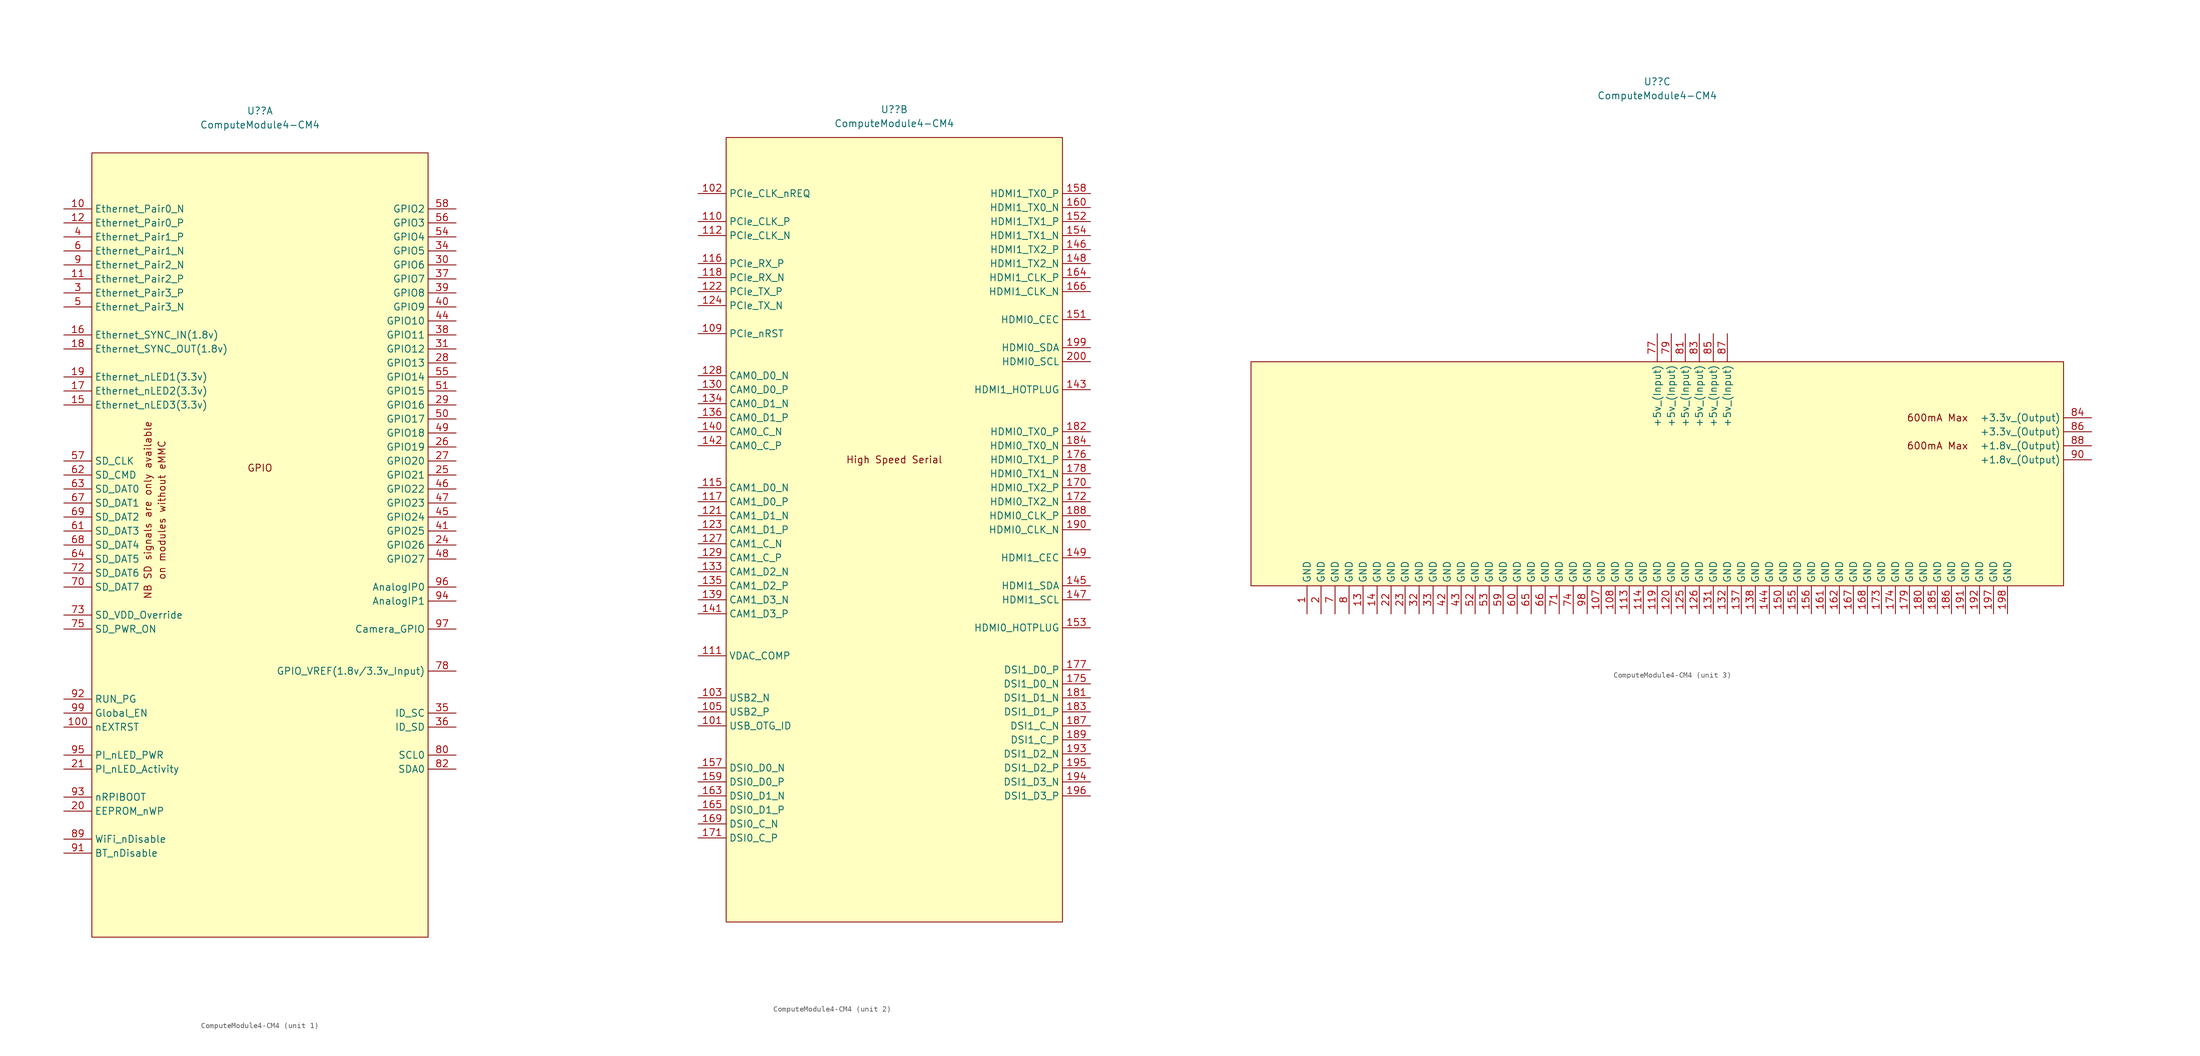
<source format=kicad_sym>
(kicad_symbol_lib
  (version 20201005)
  (generator kicad_symbol_editor)
  (symbol "RPi_CM4IO:ComputeModule4-CM4"
    (property "Reference" "U?"
      (at 0 71.12 0)
      (effects (font (size 1.27 1.27))))
    (property "Value" "ComputeModule4-CM4"
      (at 0 68.58 0)
      (effects (font (size 1.27 1.27))))
    (property "ki_locked" ""
      (at 0 0 0)
      (effects (font (size 1.27 1.27))))
    (symbol "ComputeModule4-CM4_1_0"
      (text "GPIO" (at 0 6.35 0) (effects (font (size 1.27 1.27)))))
    (symbol "ComputeModule4-CM4_1_1"
      (text "NB SD signals are only available" (at -20.32 -1.27 900) (effects (font (size 1.27 1.27))))
      (text "on modules without eMMC" (at -17.78 -1.27 900) (effects (font (size 1.27 1.27))))
      (rectangle (start -30.48 63.5) (end 30.48 -78.74) (stroke (width 0)) (fill (type background)))
      (pin passive line (at -35.56 53.34 0) (length 5.08) (name "Ethernet_Pair0_N" (effects (font (size 1.27 1.27)))) (number "10" (effects (font (size 1.27 1.27)))))
      (pin output line (at -35.56 -40.64 0) (length 5.08) (name "nEXTRST" (effects (font (size 1.27 1.27)))) (number "100" (effects (font (size 1.27 1.27)))))
      (pin passive line (at -35.56 40.64 0) (length 5.08) (name "Ethernet_Pair2_P" (effects (font (size 1.27 1.27)))) (number "11" (effects (font (size 1.27 1.27)))))
      (pin passive line (at -35.56 50.8 0) (length 5.08) (name "Ethernet_Pair0_P" (effects (font (size 1.27 1.27)))) (number "12" (effects (font (size 1.27 1.27)))))
      (pin output line (at -35.56 17.78 0) (length 5.08) (name "Ethernet_nLED3(3.3v)" (effects (font (size 1.27 1.27)))) (number "15" (effects (font (size 1.27 1.27)))))
      (pin input line (at -35.56 30.48 0) (length 5.08) (name "Ethernet_SYNC_IN(1.8v)" (effects (font (size 1.27 1.27)))) (number "16" (effects (font (size 1.27 1.27)))))
      (pin output line (at -35.56 20.32 0) (length 5.08) (name "Ethernet_nLED2(3.3v)" (effects (font (size 1.27 1.27)))) (number "17" (effects (font (size 1.27 1.27)))))
      (pin input line (at -35.56 27.94 0) (length 5.08) (name "Ethernet_SYNC_OUT(1.8v)" (effects (font (size 1.27 1.27)))) (number "18" (effects (font (size 1.27 1.27)))))
      (pin output line (at -35.56 22.86 0) (length 5.08) (name "Ethernet_nLED1(3.3v)" (effects (font (size 1.27 1.27)))) (number "19" (effects (font (size 1.27 1.27)))))
      (pin passive line (at -35.56 -55.88 0) (length 5.08) (name "EEPROM_nWP" (effects (font (size 1.27 1.27)))) (number "20" (effects (font (size 1.27 1.27)))))
      (pin open_collector line (at -35.56 -48.26 0) (length 5.08) (name "PI_nLED_Activity" (effects (font (size 1.27 1.27)))) (number "21" (effects (font (size 1.27 1.27)))))
      (pin passive line (at 35.56 -7.62 180) (length 5.08) (name "GPIO26" (effects (font (size 1.27 1.27)))) (number "24" (effects (font (size 1.27 1.27)))))
      (pin passive line (at 35.56 5.08 180) (length 5.08) (name "GPIO21" (effects (font (size 1.27 1.27)))) (number "25" (effects (font (size 1.27 1.27)))))
      (pin passive line (at 35.56 10.16 180) (length 5.08) (name "GPIO19" (effects (font (size 1.27 1.27)))) (number "26" (effects (font (size 1.27 1.27)))))
      (pin passive line (at 35.56 7.62 180) (length 5.08) (name "GPIO20" (effects (font (size 1.27 1.27)))) (number "27" (effects (font (size 1.27 1.27)))))
      (pin passive line (at 35.56 25.4 180) (length 5.08) (name "GPIO13" (effects (font (size 1.27 1.27)))) (number "28" (effects (font (size 1.27 1.27)))))
      (pin passive line (at 35.56 17.78 180) (length 5.08) (name "GPIO16" (effects (font (size 1.27 1.27)))) (number "29" (effects (font (size 1.27 1.27)))))
      (pin passive line (at -35.56 38.1 0) (length 5.08) (name "Ethernet_Pair3_P" (effects (font (size 1.27 1.27)))) (number "3" (effects (font (size 1.27 1.27)))))
      (pin passive line (at 35.56 43.18 180) (length 5.08) (name "GPIO6" (effects (font (size 1.27 1.27)))) (number "30" (effects (font (size 1.27 1.27)))))
      (pin passive line (at 35.56 27.94 180) (length 5.08) (name "GPIO12" (effects (font (size 1.27 1.27)))) (number "31" (effects (font (size 1.27 1.27)))))
      (pin passive line (at 35.56 45.72 180) (length 5.08) (name "GPIO5" (effects (font (size 1.27 1.27)))) (number "34" (effects (font (size 1.27 1.27)))))
      (pin passive line (at 35.56 -38.1 180) (length 5.08) (name "ID_SC" (effects (font (size 1.27 1.27)))) (number "35" (effects (font (size 1.27 1.27)))))
      (pin passive line (at 35.56 -40.64 180) (length 5.08) (name "ID_SD" (effects (font (size 1.27 1.27)))) (number "36" (effects (font (size 1.27 1.27)))))
      (pin passive line (at 35.56 40.64 180) (length 5.08) (name "GPIO7" (effects (font (size 1.27 1.27)))) (number "37" (effects (font (size 1.27 1.27)))))
      (pin passive line (at 35.56 30.48 180) (length 5.08) (name "GPIO11" (effects (font (size 1.27 1.27)))) (number "38" (effects (font (size 1.27 1.27)))))
      (pin passive line (at 35.56 38.1 180) (length 5.08) (name "GPIO8" (effects (font (size 1.27 1.27)))) (number "39" (effects (font (size 1.27 1.27)))))
      (pin passive line (at -35.56 48.26 0) (length 5.08) (name "Ethernet_Pair1_P" (effects (font (size 1.27 1.27)))) (number "4" (effects (font (size 1.27 1.27)))))
      (pin passive line (at 35.56 35.56 180) (length 5.08) (name "GPIO9" (effects (font (size 1.27 1.27)))) (number "40" (effects (font (size 1.27 1.27)))))
      (pin passive line (at 35.56 -5.08 180) (length 5.08) (name "GPIO25" (effects (font (size 1.27 1.27)))) (number "41" (effects (font (size 1.27 1.27)))))
      (pin passive line (at 35.56 33.02 180) (length 5.08) (name "GPIO10" (effects (font (size 1.27 1.27)))) (number "44" (effects (font (size 1.27 1.27)))))
      (pin passive line (at 35.56 -2.54 180) (length 5.08) (name "GPIO24" (effects (font (size 1.27 1.27)))) (number "45" (effects (font (size 1.27 1.27)))))
      (pin passive line (at 35.56 2.54 180) (length 5.08) (name "GPIO22" (effects (font (size 1.27 1.27)))) (number "46" (effects (font (size 1.27 1.27)))))
      (pin passive line (at 35.56 0 180) (length 5.08) (name "GPIO23" (effects (font (size 1.27 1.27)))) (number "47" (effects (font (size 1.27 1.27)))))
      (pin passive line (at 35.56 -10.16 180) (length 5.08) (name "GPIO27" (effects (font (size 1.27 1.27)))) (number "48" (effects (font (size 1.27 1.27)))))
      (pin passive line (at 35.56 12.7 180) (length 5.08) (name "GPIO18" (effects (font (size 1.27 1.27)))) (number "49" (effects (font (size 1.27 1.27)))))
      (pin passive line (at -35.56 35.56 0) (length 5.08) (name "Ethernet_Pair3_N" (effects (font (size 1.27 1.27)))) (number "5" (effects (font (size 1.27 1.27)))))
      (pin passive line (at 35.56 15.24 180) (length 5.08) (name "GPIO17" (effects (font (size 1.27 1.27)))) (number "50" (effects (font (size 1.27 1.27)))))
      (pin passive line (at 35.56 20.32 180) (length 5.08) (name "GPIO15" (effects (font (size 1.27 1.27)))) (number "51" (effects (font (size 1.27 1.27)))))
      (pin passive line (at 35.56 48.26 180) (length 5.08) (name "GPIO4" (effects (font (size 1.27 1.27)))) (number "54" (effects (font (size 1.27 1.27)))))
      (pin passive line (at 35.56 22.86 180) (length 5.08) (name "GPIO14" (effects (font (size 1.27 1.27)))) (number "55" (effects (font (size 1.27 1.27)))))
      (pin passive line (at 35.56 50.8 180) (length 5.08) (name "GPIO3" (effects (font (size 1.27 1.27)))) (number "56" (effects (font (size 1.27 1.27)))))
      (pin passive line (at -35.56 7.62 0) (length 5.08) (name "SD_CLK" (effects (font (size 1.27 1.27)))) (number "57" (effects (font (size 1.27 1.27)))))
      (pin passive line (at 35.56 53.34 180) (length 5.08) (name "GPIO2" (effects (font (size 1.27 1.27)))) (number "58" (effects (font (size 1.27 1.27)))))
      (pin passive line (at -35.56 45.72 0) (length 5.08) (name "Ethernet_Pair1_N" (effects (font (size 1.27 1.27)))) (number "6" (effects (font (size 1.27 1.27)))))
      (pin passive line (at -35.56 -5.08 0) (length 5.08) (name "SD_DAT3" (effects (font (size 1.27 1.27)))) (number "61" (effects (font (size 1.27 1.27)))))
      (pin passive line (at -35.56 5.08 0) (length 5.08) (name "SD_CMD" (effects (font (size 1.27 1.27)))) (number "62" (effects (font (size 1.27 1.27)))))
      (pin passive line (at -35.56 2.54 0) (length 5.08) (name "SD_DAT0" (effects (font (size 1.27 1.27)))) (number "63" (effects (font (size 1.27 1.27)))))
      (pin passive line (at -35.56 -10.16 0) (length 5.08) (name "SD_DAT5" (effects (font (size 1.27 1.27)))) (number "64" (effects (font (size 1.27 1.27)))))
      (pin passive line (at -35.56 0 0) (length 5.08) (name "SD_DAT1" (effects (font (size 1.27 1.27)))) (number "67" (effects (font (size 1.27 1.27)))))
      (pin passive line (at -35.56 -7.62 0) (length 5.08) (name "SD_DAT4" (effects (font (size 1.27 1.27)))) (number "68" (effects (font (size 1.27 1.27)))))
      (pin passive line (at -35.56 -2.54 0) (length 5.08) (name "SD_DAT2" (effects (font (size 1.27 1.27)))) (number "69" (effects (font (size 1.27 1.27)))))
      (pin passive line (at -35.56 -15.24 0) (length 5.08) (name "SD_DAT7" (effects (font (size 1.27 1.27)))) (number "70" (effects (font (size 1.27 1.27)))))
      (pin passive line (at -35.56 -12.7 0) (length 5.08) (name "SD_DAT6" (effects (font (size 1.27 1.27)))) (number "72" (effects (font (size 1.27 1.27)))))
      (pin input line (at -35.56 -20.32 0) (length 5.08) (name "SD_VDD_Override" (effects (font (size 1.27 1.27)))) (number "73" (effects (font (size 1.27 1.27)))))
      (pin output line (at -35.56 -22.86 0) (length 5.08) (name "SD_PWR_ON" (effects (font (size 1.27 1.27)))) (number "75" (effects (font (size 1.27 1.27)))))
      (pin no_connect line (at 30.48 -72.39 180) (length 5.08) hide (name "Reserved" (effects (font (size 1.27 1.27)))) (number "76" (effects (font (size 1.27 1.27)))))
      (pin power_in line (at 35.56 -30.48 180) (length 5.08) (name "GPIO_VREF(1.8v/3.3v_Input)" (effects (font (size 1.27 1.27)))) (number "78" (effects (font (size 1.27 1.27)))))
      (pin passive line (at 35.56 -45.72 180) (length 5.08) (name "SCL0" (effects (font (size 1.27 1.27)))) (number "80" (effects (font (size 1.27 1.27)))))
      (pin passive line (at 35.56 -48.26 180) (length 5.08) (name "SDA0" (effects (font (size 1.27 1.27)))) (number "82" (effects (font (size 1.27 1.27)))))
      (pin input line (at -35.56 -60.96 0) (length 5.08) (name "WiFi_nDisable" (effects (font (size 1.27 1.27)))) (number "89" (effects (font (size 1.27 1.27)))))
      (pin passive line (at -35.56 43.18 0) (length 5.08) (name "Ethernet_Pair2_N" (effects (font (size 1.27 1.27)))) (number "9" (effects (font (size 1.27 1.27)))))
      (pin input line (at -35.56 -63.5 0) (length 5.08) (name "BT_nDisable" (effects (font (size 1.27 1.27)))) (number "91" (effects (font (size 1.27 1.27)))))
      (pin passive line (at -35.56 -35.56 0) (length 5.08) (name "RUN_PG" (effects (font (size 1.27 1.27)))) (number "92" (effects (font (size 1.27 1.27)))))
      (pin input line (at -35.56 -53.34 0) (length 5.08) (name "nRPIBOOT" (effects (font (size 1.27 1.27)))) (number "93" (effects (font (size 1.27 1.27)))))
      (pin passive line (at 35.56 -17.78 180) (length 5.08) (name "AnalogIP1" (effects (font (size 1.27 1.27)))) (number "94" (effects (font (size 1.27 1.27)))))
      (pin output line (at -35.56 -45.72 0) (length 5.08) (name "PI_nLED_PWR" (effects (font (size 1.27 1.27)))) (number "95" (effects (font (size 1.27 1.27)))))
      (pin passive line (at 35.56 -15.24 180) (length 5.08) (name "AnalogIP0" (effects (font (size 1.27 1.27)))) (number "96" (effects (font (size 1.27 1.27)))))
      (pin passive line (at 35.56 -22.86 180) (length 5.08) (name "Camera_GPIO" (effects (font (size 1.27 1.27)))) (number "97" (effects (font (size 1.27 1.27)))))
      (pin input line (at -35.56 -38.1 0) (length 5.08) (name "Global_EN" (effects (font (size 1.27 1.27)))) (number "99" (effects (font (size 1.27 1.27))))))
    (symbol "ComputeModule4-CM4_2_1"
      (text "High Speed Serial" (at 0 7.62 0) (effects (font (size 1.27 1.27))))
      (rectangle (start -30.48 66.04) (end 30.48 -76.2) (stroke (width 0)) (fill (type background)))
      (pin input line (at -35.56 -40.64 0) (length 5.08) (name "USB_OTG_ID" (effects (font (size 1.27 1.27)))) (number "101" (effects (font (size 1.27 1.27)))))
      (pin input line (at -35.56 55.88 0) (length 5.08) (name "PCIe_CLK_nREQ" (effects (font (size 1.27 1.27)))) (number "102" (effects (font (size 1.27 1.27)))))
      (pin passive line (at -35.56 -35.56 0) (length 5.08) (name "USB2_N" (effects (font (size 1.27 1.27)))) (number "103" (effects (font (size 1.27 1.27)))))
      (pin no_connect line (at -58.42 53.34 0) (length 5.08) hide (name "Reserved" (effects (font (size 1.27 1.27)))) (number "104" (effects (font (size 1.27 1.27)))))
      (pin passive line (at -35.56 -38.1 0) (length 5.08) (name "USB2_P" (effects (font (size 1.27 1.27)))) (number "105" (effects (font (size 1.27 1.27)))))
      (pin no_connect line (at -58.42 50.8 0) (length 5.08) hide (name "Reserved" (effects (font (size 1.27 1.27)))) (number "106" (effects (font (size 1.27 1.27)))))
      (pin bidirectional line (at -35.56 30.48 0) (length 5.08) (name "PCIe_nRST" (effects (font (size 1.27 1.27)))) (number "109" (effects (font (size 1.27 1.27)))))
      (pin output line (at -35.56 50.8 0) (length 5.08) (name "PCIe_CLK_P" (effects (font (size 1.27 1.27)))) (number "110" (effects (font (size 1.27 1.27)))))
      (pin passive line (at -35.56 -27.94 0) (length 5.08) (name "VDAC_COMP" (effects (font (size 1.27 1.27)))) (number "111" (effects (font (size 1.27 1.27)))))
      (pin output line (at -35.56 48.26 0) (length 5.08) (name "PCIe_CLK_N" (effects (font (size 1.27 1.27)))) (number "112" (effects (font (size 1.27 1.27)))))
      (pin input line (at -35.56 2.54 0) (length 5.08) (name "CAM1_D0_N" (effects (font (size 1.27 1.27)))) (number "115" (effects (font (size 1.27 1.27)))))
      (pin input line (at -35.56 43.18 0) (length 5.08) (name "PCIe_RX_P" (effects (font (size 1.27 1.27)))) (number "116" (effects (font (size 1.27 1.27)))))
      (pin input line (at -35.56 0 0) (length 5.08) (name "CAM1_D0_P" (effects (font (size 1.27 1.27)))) (number "117" (effects (font (size 1.27 1.27)))))
      (pin input line (at -35.56 40.64 0) (length 5.08) (name "PCIe_RX_N" (effects (font (size 1.27 1.27)))) (number "118" (effects (font (size 1.27 1.27)))))
      (pin input line (at -35.56 -2.54 0) (length 5.08) (name "CAM1_D1_N" (effects (font (size 1.27 1.27)))) (number "121" (effects (font (size 1.27 1.27)))))
      (pin output line (at -35.56 38.1 0) (length 5.08) (name "PCIe_TX_P" (effects (font (size 1.27 1.27)))) (number "122" (effects (font (size 1.27 1.27)))))
      (pin input line (at -35.56 -5.08 0) (length 5.08) (name "CAM1_D1_P" (effects (font (size 1.27 1.27)))) (number "123" (effects (font (size 1.27 1.27)))))
      (pin output line (at -35.56 35.56 0) (length 5.08) (name "PCIe_TX_N" (effects (font (size 1.27 1.27)))) (number "124" (effects (font (size 1.27 1.27)))))
      (pin input line (at -35.56 -7.62 0) (length 5.08) (name "CAM1_C_N" (effects (font (size 1.27 1.27)))) (number "127" (effects (font (size 1.27 1.27)))))
      (pin input line (at -35.56 22.86 0) (length 5.08) (name "CAM0_D0_N" (effects (font (size 1.27 1.27)))) (number "128" (effects (font (size 1.27 1.27)))))
      (pin input line (at -35.56 -10.16 0) (length 5.08) (name "CAM1_C_P" (effects (font (size 1.27 1.27)))) (number "129" (effects (font (size 1.27 1.27)))))
      (pin input line (at -35.56 20.32 0) (length 5.08) (name "CAM0_D0_P" (effects (font (size 1.27 1.27)))) (number "130" (effects (font (size 1.27 1.27)))))
      (pin input line (at -35.56 -12.7 0) (length 5.08) (name "CAM1_D2_N" (effects (font (size 1.27 1.27)))) (number "133" (effects (font (size 1.27 1.27)))))
      (pin input line (at -35.56 17.78 0) (length 5.08) (name "CAM0_D1_N" (effects (font (size 1.27 1.27)))) (number "134" (effects (font (size 1.27 1.27)))))
      (pin input line (at -35.56 -15.24 0) (length 5.08) (name "CAM1_D2_P" (effects (font (size 1.27 1.27)))) (number "135" (effects (font (size 1.27 1.27)))))
      (pin input line (at -35.56 15.24 0) (length 5.08) (name "CAM0_D1_P" (effects (font (size 1.27 1.27)))) (number "136" (effects (font (size 1.27 1.27)))))
      (pin input line (at -35.56 -17.78 0) (length 5.08) (name "CAM1_D3_N" (effects (font (size 1.27 1.27)))) (number "139" (effects (font (size 1.27 1.27)))))
      (pin input line (at -35.56 12.7 0) (length 5.08) (name "CAM0_C_N" (effects (font (size 1.27 1.27)))) (number "140" (effects (font (size 1.27 1.27)))))
      (pin input line (at -35.56 -20.32 0) (length 5.08) (name "CAM1_D3_P" (effects (font (size 1.27 1.27)))) (number "141" (effects (font (size 1.27 1.27)))))
      (pin input line (at -35.56 10.16 0) (length 5.08) (name "CAM0_C_P" (effects (font (size 1.27 1.27)))) (number "142" (effects (font (size 1.27 1.27)))))
      (pin input line (at 35.56 20.32 180) (length 5.08) (name "HDMI1_HOTPLUG" (effects (font (size 1.27 1.27)))) (number "143" (effects (font (size 1.27 1.27)))))
      (pin bidirectional line (at 35.56 -15.24 180) (length 5.08) (name "HDMI1_SDA" (effects (font (size 1.27 1.27)))) (number "145" (effects (font (size 1.27 1.27)))))
      (pin output line (at 35.56 45.72 180) (length 5.08) (name "HDMI1_TX2_P" (effects (font (size 1.27 1.27)))) (number "146" (effects (font (size 1.27 1.27)))))
      (pin open_collector line (at 35.56 -17.78 180) (length 5.08) (name "HDMI1_SCL" (effects (font (size 1.27 1.27)))) (number "147" (effects (font (size 1.27 1.27)))))
      (pin output line (at 35.56 43.18 180) (length 5.08) (name "HDMI1_TX2_N" (effects (font (size 1.27 1.27)))) (number "148" (effects (font (size 1.27 1.27)))))
      (pin open_collector line (at 35.56 -10.16 180) (length 5.08) (name "HDMI1_CEC" (effects (font (size 1.27 1.27)))) (number "149" (effects (font (size 1.27 1.27)))))
      (pin open_collector line (at 35.56 33.02 180) (length 5.08) (name "HDMI0_CEC" (effects (font (size 1.27 1.27)))) (number "151" (effects (font (size 1.27 1.27)))))
      (pin output line (at 35.56 50.8 180) (length 5.08) (name "HDMI1_TX1_P" (effects (font (size 1.27 1.27)))) (number "152" (effects (font (size 1.27 1.27)))))
      (pin input line (at 35.56 -22.86 180) (length 5.08) (name "HDMI0_HOTPLUG" (effects (font (size 1.27 1.27)))) (number "153" (effects (font (size 1.27 1.27)))))
      (pin output line (at 35.56 48.26 180) (length 5.08) (name "HDMI1_TX1_N" (effects (font (size 1.27 1.27)))) (number "154" (effects (font (size 1.27 1.27)))))
      (pin output line (at -35.56 -48.26 0) (length 5.08) (name "DSI0_D0_N" (effects (font (size 1.27 1.27)))) (number "157" (effects (font (size 1.27 1.27)))))
      (pin output line (at 35.56 55.88 180) (length 5.08) (name "HDMI1_TX0_P" (effects (font (size 1.27 1.27)))) (number "158" (effects (font (size 1.27 1.27)))))
      (pin output line (at -35.56 -50.8 0) (length 5.08) (name "DSI0_D0_P" (effects (font (size 1.27 1.27)))) (number "159" (effects (font (size 1.27 1.27)))))
      (pin output line (at 35.56 53.34 180) (length 5.08) (name "HDMI1_TX0_N" (effects (font (size 1.27 1.27)))) (number "160" (effects (font (size 1.27 1.27)))))
      (pin output line (at -35.56 -53.34 0) (length 5.08) (name "DSI0_D1_N" (effects (font (size 1.27 1.27)))) (number "163" (effects (font (size 1.27 1.27)))))
      (pin output line (at 35.56 40.64 180) (length 5.08) (name "HDMI1_CLK_P" (effects (font (size 1.27 1.27)))) (number "164" (effects (font (size 1.27 1.27)))))
      (pin output line (at -35.56 -55.88 0) (length 5.08) (name "DSI0_D1_P" (effects (font (size 1.27 1.27)))) (number "165" (effects (font (size 1.27 1.27)))))
      (pin output line (at 35.56 38.1 180) (length 5.08) (name "HDMI1_CLK_N" (effects (font (size 1.27 1.27)))) (number "166" (effects (font (size 1.27 1.27)))))
      (pin output line (at -35.56 -58.42 0) (length 5.08) (name "DSI0_C_N" (effects (font (size 1.27 1.27)))) (number "169" (effects (font (size 1.27 1.27)))))
      (pin output line (at 35.56 2.54 180) (length 5.08) (name "HDMI0_TX2_P" (effects (font (size 1.27 1.27)))) (number "170" (effects (font (size 1.27 1.27)))))
      (pin output line (at -35.56 -60.96 0) (length 5.08) (name "DSI0_C_P" (effects (font (size 1.27 1.27)))) (number "171" (effects (font (size 1.27 1.27)))))
      (pin output line (at 35.56 0 180) (length 5.08) (name "HDMI0_TX2_N" (effects (font (size 1.27 1.27)))) (number "172" (effects (font (size 1.27 1.27)))))
      (pin output line (at 35.56 -33.02 180) (length 5.08) (name "DSI1_D0_N" (effects (font (size 1.27 1.27)))) (number "175" (effects (font (size 1.27 1.27)))))
      (pin output line (at 35.56 7.62 180) (length 5.08) (name "HDMI0_TX1_P" (effects (font (size 1.27 1.27)))) (number "176" (effects (font (size 1.27 1.27)))))
      (pin output line (at 35.56 -30.48 180) (length 5.08) (name "DSI1_D0_P" (effects (font (size 1.27 1.27)))) (number "177" (effects (font (size 1.27 1.27)))))
      (pin output line (at 35.56 5.08 180) (length 5.08) (name "HDMI0_TX1_N" (effects (font (size 1.27 1.27)))) (number "178" (effects (font (size 1.27 1.27)))))
      (pin output line (at 35.56 -35.56 180) (length 5.08) (name "DSI1_D1_N" (effects (font (size 1.27 1.27)))) (number "181" (effects (font (size 1.27 1.27)))))
      (pin output line (at 35.56 12.7 180) (length 5.08) (name "HDMI0_TX0_P" (effects (font (size 1.27 1.27)))) (number "182" (effects (font (size 1.27 1.27)))))
      (pin output line (at 35.56 -38.1 180) (length 5.08) (name "DSI1_D1_P" (effects (font (size 1.27 1.27)))) (number "183" (effects (font (size 1.27 1.27)))))
      (pin output line (at 35.56 10.16 180) (length 5.08) (name "HDMI0_TX0_N" (effects (font (size 1.27 1.27)))) (number "184" (effects (font (size 1.27 1.27)))))
      (pin output line (at 35.56 -40.64 180) (length 5.08) (name "DSI1_C_N" (effects (font (size 1.27 1.27)))) (number "187" (effects (font (size 1.27 1.27)))))
      (pin output line (at 35.56 -2.54 180) (length 5.08) (name "HDMI0_CLK_P" (effects (font (size 1.27 1.27)))) (number "188" (effects (font (size 1.27 1.27)))))
      (pin output line (at 35.56 -43.18 180) (length 5.08) (name "DSI1_C_P" (effects (font (size 1.27 1.27)))) (number "189" (effects (font (size 1.27 1.27)))))
      (pin output line (at 35.56 -5.08 180) (length 5.08) (name "HDMI0_CLK_N" (effects (font (size 1.27 1.27)))) (number "190" (effects (font (size 1.27 1.27)))))
      (pin output line (at 35.56 -45.72 180) (length 5.08) (name "DSI1_D2_N" (effects (font (size 1.27 1.27)))) (number "193" (effects (font (size 1.27 1.27)))))
      (pin output line (at 35.56 -50.8 180) (length 5.08) (name "DSI1_D3_N" (effects (font (size 1.27 1.27)))) (number "194" (effects (font (size 1.27 1.27)))))
      (pin output line (at 35.56 -48.26 180) (length 5.08) (name "DSI1_D2_P" (effects (font (size 1.27 1.27)))) (number "195" (effects (font (size 1.27 1.27)))))
      (pin output line (at 35.56 -53.34 180) (length 5.08) (name "DSI1_D3_P" (effects (font (size 1.27 1.27)))) (number "196" (effects (font (size 1.27 1.27)))))
      (pin bidirectional line (at 35.56 27.94 180) (length 5.08) (name "HDMI0_SDA" (effects (font (size 1.27 1.27)))) (number "199" (effects (font (size 1.27 1.27)))))
      (pin open_collector line (at 35.56 25.4 180) (length 5.08) (name "HDMI0_SCL" (effects (font (size 1.27 1.27)))) (number "200" (effects (font (size 1.27 1.27))))))
    (symbol "ComputeModule4-CM4_3_1"
      (text "600mA Max" (at 50.8 5.08 0) (effects (font (size 1.27 1.27))))
      (text "600mA Max" (at 50.8 10.16 0) (effects (font (size 1.27 1.27))))
      (rectangle (start -73.66 20.32) (end 73.66 -20.32) (stroke (width 0)) (fill (type background)))
      (pin power_in line (at -63.5 -25.4 90) (length 5.08) (name "GND" (effects (font (size 1.27 1.27)))) (number "1" (effects (font (size 1.27 1.27)))))
      (pin power_in line (at -10.16 -25.4 90) (length 5.08) (name "GND" (effects (font (size 1.27 1.27)))) (number "107" (effects (font (size 1.27 1.27)))))
      (pin power_in line (at -7.62 -25.4 90) (length 5.08) (name "GND" (effects (font (size 1.27 1.27)))) (number "108" (effects (font (size 1.27 1.27)))))
      (pin power_in line (at -5.08 -25.4 90) (length 5.08) (name "GND" (effects (font (size 1.27 1.27)))) (number "113" (effects (font (size 1.27 1.27)))))
      (pin power_in line (at -2.54 -25.4 90) (length 5.08) (name "GND" (effects (font (size 1.27 1.27)))) (number "114" (effects (font (size 1.27 1.27)))))
      (pin power_in line (at 0 -25.4 90) (length 5.08) (name "GND" (effects (font (size 1.27 1.27)))) (number "119" (effects (font (size 1.27 1.27)))))
      (pin power_in line (at 2.54 -25.4 90) (length 5.08) (name "GND" (effects (font (size 1.27 1.27)))) (number "120" (effects (font (size 1.27 1.27)))))
      (pin power_in line (at 5.08 -25.4 90) (length 5.08) (name "GND" (effects (font (size 1.27 1.27)))) (number "125" (effects (font (size 1.27 1.27)))))
      (pin power_in line (at 7.62 -25.4 90) (length 5.08) (name "GND" (effects (font (size 1.27 1.27)))) (number "126" (effects (font (size 1.27 1.27)))))
      (pin power_in line (at -53.34 -25.4 90) (length 5.08) (name "GND" (effects (font (size 1.27 1.27)))) (number "13" (effects (font (size 1.27 1.27)))))
      (pin power_in line (at 10.16 -25.4 90) (length 5.08) (name "GND" (effects (font (size 1.27 1.27)))) (number "131" (effects (font (size 1.27 1.27)))))
      (pin power_in line (at 12.7 -25.4 90) (length 5.08) (name "GND" (effects (font (size 1.27 1.27)))) (number "132" (effects (font (size 1.27 1.27)))))
      (pin power_in line (at 15.24 -25.4 90) (length 5.08) (name "GND" (effects (font (size 1.27 1.27)))) (number "137" (effects (font (size 1.27 1.27)))))
      (pin power_in line (at 17.78 -25.4 90) (length 5.08) (name "GND" (effects (font (size 1.27 1.27)))) (number "138" (effects (font (size 1.27 1.27)))))
      (pin power_in line (at -50.8 -25.4 90) (length 5.08) (name "GND" (effects (font (size 1.27 1.27)))) (number "14" (effects (font (size 1.27 1.27)))))
      (pin power_in line (at 20.32 -25.4 90) (length 5.08) (name "GND" (effects (font (size 1.27 1.27)))) (number "144" (effects (font (size 1.27 1.27)))))
      (pin power_in line (at 22.86 -25.4 90) (length 5.08) (name "GND" (effects (font (size 1.27 1.27)))) (number "150" (effects (font (size 1.27 1.27)))))
      (pin power_in line (at 25.4 -25.4 90) (length 5.08) (name "GND" (effects (font (size 1.27 1.27)))) (number "155" (effects (font (size 1.27 1.27)))))
      (pin power_in line (at 27.94 -25.4 90) (length 5.08) (name "GND" (effects (font (size 1.27 1.27)))) (number "156" (effects (font (size 1.27 1.27)))))
      (pin power_in line (at 30.48 -25.4 90) (length 5.08) (name "GND" (effects (font (size 1.27 1.27)))) (number "161" (effects (font (size 1.27 1.27)))))
      (pin power_in line (at 33.02 -25.4 90) (length 5.08) (name "GND" (effects (font (size 1.27 1.27)))) (number "162" (effects (font (size 1.27 1.27)))))
      (pin power_in line (at 35.56 -25.4 90) (length 5.08) (name "GND" (effects (font (size 1.27 1.27)))) (number "167" (effects (font (size 1.27 1.27)))))
      (pin power_in line (at 38.1 -25.4 90) (length 5.08) (name "GND" (effects (font (size 1.27 1.27)))) (number "168" (effects (font (size 1.27 1.27)))))
      (pin power_in line (at 40.64 -25.4 90) (length 5.08) (name "GND" (effects (font (size 1.27 1.27)))) (number "173" (effects (font (size 1.27 1.27)))))
      (pin power_in line (at 43.18 -25.4 90) (length 5.08) (name "GND" (effects (font (size 1.27 1.27)))) (number "174" (effects (font (size 1.27 1.27)))))
      (pin power_in line (at 45.72 -25.4 90) (length 5.08) (name "GND" (effects (font (size 1.27 1.27)))) (number "179" (effects (font (size 1.27 1.27)))))
      (pin power_in line (at 48.26 -25.4 90) (length 5.08) (name "GND" (effects (font (size 1.27 1.27)))) (number "180" (effects (font (size 1.27 1.27)))))
      (pin power_in line (at 50.8 -25.4 90) (length 5.08) (name "GND" (effects (font (size 1.27 1.27)))) (number "185" (effects (font (size 1.27 1.27)))))
      (pin power_in line (at 53.34 -25.4 90) (length 5.08) (name "GND" (effects (font (size 1.27 1.27)))) (number "186" (effects (font (size 1.27 1.27)))))
      (pin power_in line (at 55.88 -25.4 90) (length 5.08) (name "GND" (effects (font (size 1.27 1.27)))) (number "191" (effects (font (size 1.27 1.27)))))
      (pin power_in line (at 58.42 -25.4 90) (length 5.08) (name "GND" (effects (font (size 1.27 1.27)))) (number "192" (effects (font (size 1.27 1.27)))))
      (pin power_in line (at 60.96 -25.4 90) (length 5.08) (name "GND" (effects (font (size 1.27 1.27)))) (number "197" (effects (font (size 1.27 1.27)))))
      (pin power_in line (at 63.5 -25.4 90) (length 5.08) (name "GND" (effects (font (size 1.27 1.27)))) (number "198" (effects (font (size 1.27 1.27)))))
      (pin power_in line (at -60.96 -25.4 90) (length 5.08) (name "GND" (effects (font (size 1.27 1.27)))) (number "2" (effects (font (size 1.27 1.27)))))
      (pin power_in line (at -48.26 -25.4 90) (length 5.08) (name "GND" (effects (font (size 1.27 1.27)))) (number "22" (effects (font (size 1.27 1.27)))))
      (pin power_in line (at -45.72 -25.4 90) (length 5.08) (name "GND" (effects (font (size 1.27 1.27)))) (number "23" (effects (font (size 1.27 1.27)))))
      (pin power_in line (at -43.18 -25.4 90) (length 5.08) (name "GND" (effects (font (size 1.27 1.27)))) (number "32" (effects (font (size 1.27 1.27)))))
      (pin power_in line (at -40.64 -25.4 90) (length 5.08) (name "GND" (effects (font (size 1.27 1.27)))) (number "33" (effects (font (size 1.27 1.27)))))
      (pin power_in line (at -38.1 -25.4 90) (length 5.08) (name "GND" (effects (font (size 1.27 1.27)))) (number "42" (effects (font (size 1.27 1.27)))))
      (pin power_in line (at -35.56 -25.4 90) (length 5.08) (name "GND" (effects (font (size 1.27 1.27)))) (number "43" (effects (font (size 1.27 1.27)))))
      (pin power_in line (at -33.02 -25.4 90) (length 5.08) (name "GND" (effects (font (size 1.27 1.27)))) (number "52" (effects (font (size 1.27 1.27)))))
      (pin power_in line (at -30.48 -25.4 90) (length 5.08) (name "GND" (effects (font (size 1.27 1.27)))) (number "53" (effects (font (size 1.27 1.27)))))
      (pin power_in line (at -27.94 -25.4 90) (length 5.08) (name "GND" (effects (font (size 1.27 1.27)))) (number "59" (effects (font (size 1.27 1.27)))))
      (pin power_in line (at -25.4 -25.4 90) (length 5.08) (name "GND" (effects (font (size 1.27 1.27)))) (number "60" (effects (font (size 1.27 1.27)))))
      (pin power_in line (at -22.86 -25.4 90) (length 5.08) (name "GND" (effects (font (size 1.27 1.27)))) (number "65" (effects (font (size 1.27 1.27)))))
      (pin power_in line (at -20.32 -25.4 90) (length 5.08) (name "GND" (effects (font (size 1.27 1.27)))) (number "66" (effects (font (size 1.27 1.27)))))
      (pin power_in line (at -58.42 -25.4 90) (length 5.08) (name "GND" (effects (font (size 1.27 1.27)))) (number "7" (effects (font (size 1.27 1.27)))))
      (pin power_in line (at -17.78 -25.4 90) (length 5.08) (name "GND" (effects (font (size 1.27 1.27)))) (number "71" (effects (font (size 1.27 1.27)))))
      (pin power_in line (at -15.24 -25.4 90) (length 5.08) (name "GND" (effects (font (size 1.27 1.27)))) (number "74" (effects (font (size 1.27 1.27)))))
      (pin power_in line (at 0 25.4 270) (length 5.08) (name "+5v_(Input)" (effects (font (size 1.27 1.27)))) (number "77" (effects (font (size 1.27 1.27)))))
      (pin power_in line (at 2.54 25.4 270) (length 5.08) (name "+5v_(Input)" (effects (font (size 1.27 1.27)))) (number "79" (effects (font (size 1.27 1.27)))))
      (pin power_in line (at -55.88 -25.4 90) (length 5.08) (name "GND" (effects (font (size 1.27 1.27)))) (number "8" (effects (font (size 1.27 1.27)))))
      (pin power_in line (at 5.08 25.4 270) (length 5.08) (name "+5v_(Input)" (effects (font (size 1.27 1.27)))) (number "81" (effects (font (size 1.27 1.27)))))
      (pin power_in line (at 7.62 25.4 270) (length 5.08) (name "+5v_(Input)" (effects (font (size 1.27 1.27)))) (number "83" (effects (font (size 1.27 1.27)))))
      (pin power_out line (at 78.74 10.16 180) (length 5.08) (name "+3.3v_(Output)" (effects (font (size 1.27 1.27)))) (number "84" (effects (font (size 1.27 1.27)))))
      (pin power_in line (at 10.16 25.4 270) (length 5.08) (name "+5v_(Input)" (effects (font (size 1.27 1.27)))) (number "85" (effects (font (size 1.27 1.27)))))
      (pin power_out line (at 78.74 7.62 180) (length 5.08) (name "+3.3v_(Output)" (effects (font (size 1.27 1.27)))) (number "86" (effects (font (size 1.27 1.27)))))
      (pin power_in line (at 12.7 25.4 270) (length 5.08) (name "+5v_(Input)" (effects (font (size 1.27 1.27)))) (number "87" (effects (font (size 1.27 1.27)))))
      (pin power_out line (at 78.74 5.08 180) (length 5.08) (name "+1.8v_(Output)" (effects (font (size 1.27 1.27)))) (number "88" (effects (font (size 1.27 1.27)))))
      (pin power_out line (at 78.74 2.54 180) (length 5.08) (name "+1.8v_(Output)" (effects (font (size 1.27 1.27)))) (number "90" (effects (font (size 1.27 1.27)))))
      (pin power_in line (at -12.7 -25.4 90) (length 5.08) (name "GND" (effects (font (size 1.27 1.27)))) (number "98" (effects (font (size 1.27 1.27))))))))
</source>
